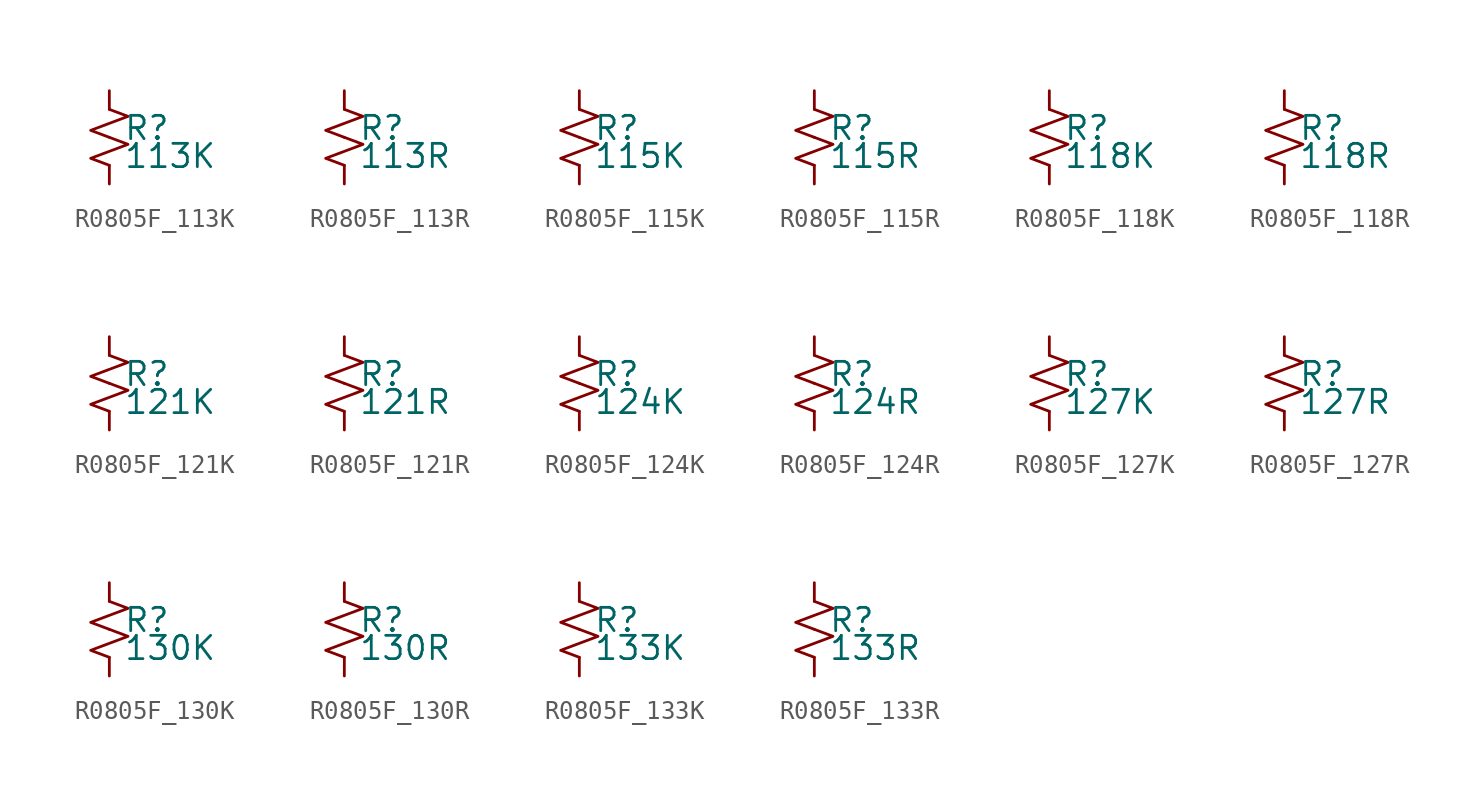
<source format=kicad_sym>
(kicad_symbol_lib
  (version 20220914)
  (generator kicad_symbol_editor)
  (symbol "R0805F_113K"
    (pin_numbers hide)
    (pin_names
      (offset 0.254) hide)
    (property "Reference" "R"
      (at 0.762 0.508 0)
      (effects (font (size 1.27 1.27)) (justify left)))
    (property "Value" "113K"
      (at 0.762 -1.016 0)
      (effects (font (size 1.27 1.27)) (justify left)))
    (symbol "R0805F_113K_1_1"
      (polyline (pts (xy 0 0) (xy 1.016 -0.381) (xy 0 -0.762) (xy -1.016 -1.143) (xy 0 -1.524)) (stroke (width 0) (type default)) (fill (type none)))
      (polyline (pts (xy 0 1.524) (xy 1.016 1.143) (xy 0 0.762) (xy -1.016 0.381) (xy 0 0)) (stroke (width 0) (type default)) (fill (type none)))
      (pin passive line (at 0 2.54 270) (length 1.016) (name "~" (effects (font (size 1.27 1.27)))) (number "1" (effects (font (size 1.27 1.27)))))
      (pin passive line (at 0 -2.54 90) (length 1.016) (name "~" (effects (font (size 1.27 1.27)))) (number "2" (effects (font (size 1.27 1.27)))))))
  (symbol "R0805F_113R"
    (pin_numbers hide)
    (pin_names
      (offset 0.254) hide)
    (property "Reference" "R"
      (at 0.762 0.508 0)
      (effects (font (size 1.27 1.27)) (justify left)))
    (property "Value" "113R"
      (at 0.762 -1.016 0)
      (effects (font (size 1.27 1.27)) (justify left)))
    (symbol "R0805F_113R_1_1"
      (polyline (pts (xy 0 0) (xy 1.016 -0.381) (xy 0 -0.762) (xy -1.016 -1.143) (xy 0 -1.524)) (stroke (width 0) (type default)) (fill (type none)))
      (polyline (pts (xy 0 1.524) (xy 1.016 1.143) (xy 0 0.762) (xy -1.016 0.381) (xy 0 0)) (stroke (width 0) (type default)) (fill (type none)))
      (pin passive line (at 0 2.54 270) (length 1.016) (name "~" (effects (font (size 1.27 1.27)))) (number "1" (effects (font (size 1.27 1.27)))))
      (pin passive line (at 0 -2.54 90) (length 1.016) (name "~" (effects (font (size 1.27 1.27)))) (number "2" (effects (font (size 1.27 1.27)))))))
  (symbol "R0805F_115K"
    (pin_numbers hide)
    (pin_names
      (offset 0.254) hide)
    (property "Reference" "R"
      (at 0.762 0.508 0)
      (effects (font (size 1.27 1.27)) (justify left)))
    (property "Value" "115K"
      (at 0.762 -1.016 0)
      (effects (font (size 1.27 1.27)) (justify left)))
    (symbol "R0805F_115K_1_1"
      (polyline (pts (xy 0 0) (xy 1.016 -0.381) (xy 0 -0.762) (xy -1.016 -1.143) (xy 0 -1.524)) (stroke (width 0) (type default)) (fill (type none)))
      (polyline (pts (xy 0 1.524) (xy 1.016 1.143) (xy 0 0.762) (xy -1.016 0.381) (xy 0 0)) (stroke (width 0) (type default)) (fill (type none)))
      (pin passive line (at 0 2.54 270) (length 1.016) (name "~" (effects (font (size 1.27 1.27)))) (number "1" (effects (font (size 1.27 1.27)))))
      (pin passive line (at 0 -2.54 90) (length 1.016) (name "~" (effects (font (size 1.27 1.27)))) (number "2" (effects (font (size 1.27 1.27)))))))
  (symbol "R0805F_115R"
    (pin_numbers hide)
    (pin_names
      (offset 0.254) hide)
    (property "Reference" "R"
      (at 0.762 0.508 0)
      (effects (font (size 1.27 1.27)) (justify left)))
    (property "Value" "115R"
      (at 0.762 -1.016 0)
      (effects (font (size 1.27 1.27)) (justify left)))
    (symbol "R0805F_115R_1_1"
      (polyline (pts (xy 0 0) (xy 1.016 -0.381) (xy 0 -0.762) (xy -1.016 -1.143) (xy 0 -1.524)) (stroke (width 0) (type default)) (fill (type none)))
      (polyline (pts (xy 0 1.524) (xy 1.016 1.143) (xy 0 0.762) (xy -1.016 0.381) (xy 0 0)) (stroke (width 0) (type default)) (fill (type none)))
      (pin passive line (at 0 2.54 270) (length 1.016) (name "~" (effects (font (size 1.27 1.27)))) (number "1" (effects (font (size 1.27 1.27)))))
      (pin passive line (at 0 -2.54 90) (length 1.016) (name "~" (effects (font (size 1.27 1.27)))) (number "2" (effects (font (size 1.27 1.27)))))))
  (symbol "R0805F_118K"
    (pin_numbers hide)
    (pin_names
      (offset 0.254) hide)
    (property "Reference" "R"
      (at 0.762 0.508 0)
      (effects (font (size 1.27 1.27)) (justify left)))
    (property "Value" "118K"
      (at 0.762 -1.016 0)
      (effects (font (size 1.27 1.27)) (justify left)))
    (symbol "R0805F_118K_1_1"
      (polyline (pts (xy 0 0) (xy 1.016 -0.381) (xy 0 -0.762) (xy -1.016 -1.143) (xy 0 -1.524)) (stroke (width 0) (type default)) (fill (type none)))
      (polyline (pts (xy 0 1.524) (xy 1.016 1.143) (xy 0 0.762) (xy -1.016 0.381) (xy 0 0)) (stroke (width 0) (type default)) (fill (type none)))
      (pin passive line (at 0 2.54 270) (length 1.016) (name "~" (effects (font (size 1.27 1.27)))) (number "1" (effects (font (size 1.27 1.27)))))
      (pin passive line (at 0 -2.54 90) (length 1.016) (name "~" (effects (font (size 1.27 1.27)))) (number "2" (effects (font (size 1.27 1.27)))))))
  (symbol "R0805F_118R"
    (pin_numbers hide)
    (pin_names
      (offset 0.254) hide)
    (property "Reference" "R"
      (at 0.762 0.508 0)
      (effects (font (size 1.27 1.27)) (justify left)))
    (property "Value" "118R"
      (at 0.762 -1.016 0)
      (effects (font (size 1.27 1.27)) (justify left)))
    (symbol "R0805F_118R_1_1"
      (polyline (pts (xy 0 0) (xy 1.016 -0.381) (xy 0 -0.762) (xy -1.016 -1.143) (xy 0 -1.524)) (stroke (width 0) (type default)) (fill (type none)))
      (polyline (pts (xy 0 1.524) (xy 1.016 1.143) (xy 0 0.762) (xy -1.016 0.381) (xy 0 0)) (stroke (width 0) (type default)) (fill (type none)))
      (pin passive line (at 0 2.54 270) (length 1.016) (name "~" (effects (font (size 1.27 1.27)))) (number "1" (effects (font (size 1.27 1.27)))))
      (pin passive line (at 0 -2.54 90) (length 1.016) (name "~" (effects (font (size 1.27 1.27)))) (number "2" (effects (font (size 1.27 1.27)))))))
  (symbol "R0805F_121K"
    (pin_numbers hide)
    (pin_names
      (offset 0.254) hide)
    (property "Reference" "R"
      (at 0.762 0.508 0)
      (effects (font (size 1.27 1.27)) (justify left)))
    (property "Value" "121K"
      (at 0.762 -1.016 0)
      (effects (font (size 1.27 1.27)) (justify left)))
    (symbol "R0805F_121K_1_1"
      (polyline (pts (xy 0 0) (xy 1.016 -0.381) (xy 0 -0.762) (xy -1.016 -1.143) (xy 0 -1.524)) (stroke (width 0) (type default)) (fill (type none)))
      (polyline (pts (xy 0 1.524) (xy 1.016 1.143) (xy 0 0.762) (xy -1.016 0.381) (xy 0 0)) (stroke (width 0) (type default)) (fill (type none)))
      (pin passive line (at 0 2.54 270) (length 1.016) (name "~" (effects (font (size 1.27 1.27)))) (number "1" (effects (font (size 1.27 1.27)))))
      (pin passive line (at 0 -2.54 90) (length 1.016) (name "~" (effects (font (size 1.27 1.27)))) (number "2" (effects (font (size 1.27 1.27)))))))
  (symbol "R0805F_121R"
    (pin_numbers hide)
    (pin_names
      (offset 0.254) hide)
    (property "Reference" "R"
      (at 0.762 0.508 0)
      (effects (font (size 1.27 1.27)) (justify left)))
    (property "Value" "121R"
      (at 0.762 -1.016 0)
      (effects (font (size 1.27 1.27)) (justify left)))
    (symbol "R0805F_121R_1_1"
      (polyline (pts (xy 0 0) (xy 1.016 -0.381) (xy 0 -0.762) (xy -1.016 -1.143) (xy 0 -1.524)) (stroke (width 0) (type default)) (fill (type none)))
      (polyline (pts (xy 0 1.524) (xy 1.016 1.143) (xy 0 0.762) (xy -1.016 0.381) (xy 0 0)) (stroke (width 0) (type default)) (fill (type none)))
      (pin passive line (at 0 2.54 270) (length 1.016) (name "~" (effects (font (size 1.27 1.27)))) (number "1" (effects (font (size 1.27 1.27)))))
      (pin passive line (at 0 -2.54 90) (length 1.016) (name "~" (effects (font (size 1.27 1.27)))) (number "2" (effects (font (size 1.27 1.27)))))))
  (symbol "R0805F_124K"
    (pin_numbers hide)
    (pin_names
      (offset 0.254) hide)
    (property "Reference" "R"
      (at 0.762 0.508 0)
      (effects (font (size 1.27 1.27)) (justify left)))
    (property "Value" "124K"
      (at 0.762 -1.016 0)
      (effects (font (size 1.27 1.27)) (justify left)))
    (symbol "R0805F_124K_1_1"
      (polyline (pts (xy 0 0) (xy 1.016 -0.381) (xy 0 -0.762) (xy -1.016 -1.143) (xy 0 -1.524)) (stroke (width 0) (type default)) (fill (type none)))
      (polyline (pts (xy 0 1.524) (xy 1.016 1.143) (xy 0 0.762) (xy -1.016 0.381) (xy 0 0)) (stroke (width 0) (type default)) (fill (type none)))
      (pin passive line (at 0 2.54 270) (length 1.016) (name "~" (effects (font (size 1.27 1.27)))) (number "1" (effects (font (size 1.27 1.27)))))
      (pin passive line (at 0 -2.54 90) (length 1.016) (name "~" (effects (font (size 1.27 1.27)))) (number "2" (effects (font (size 1.27 1.27)))))))
  (symbol "R0805F_124R"
    (pin_numbers hide)
    (pin_names
      (offset 0.254) hide)
    (property "Reference" "R"
      (at 0.762 0.508 0)
      (effects (font (size 1.27 1.27)) (justify left)))
    (property "Value" "124R"
      (at 0.762 -1.016 0)
      (effects (font (size 1.27 1.27)) (justify left)))
    (symbol "R0805F_124R_1_1"
      (polyline (pts (xy 0 0) (xy 1.016 -0.381) (xy 0 -0.762) (xy -1.016 -1.143) (xy 0 -1.524)) (stroke (width 0) (type default)) (fill (type none)))
      (polyline (pts (xy 0 1.524) (xy 1.016 1.143) (xy 0 0.762) (xy -1.016 0.381) (xy 0 0)) (stroke (width 0) (type default)) (fill (type none)))
      (pin passive line (at 0 2.54 270) (length 1.016) (name "~" (effects (font (size 1.27 1.27)))) (number "1" (effects (font (size 1.27 1.27)))))
      (pin passive line (at 0 -2.54 90) (length 1.016) (name "~" (effects (font (size 1.27 1.27)))) (number "2" (effects (font (size 1.27 1.27)))))))
  (symbol "R0805F_127K"
    (pin_numbers hide)
    (pin_names
      (offset 0.254) hide)
    (property "Reference" "R"
      (at 0.762 0.508 0)
      (effects (font (size 1.27 1.27)) (justify left)))
    (property "Value" "127K"
      (at 0.762 -1.016 0)
      (effects (font (size 1.27 1.27)) (justify left)))
    (symbol "R0805F_127K_1_1"
      (polyline (pts (xy 0 0) (xy 1.016 -0.381) (xy 0 -0.762) (xy -1.016 -1.143) (xy 0 -1.524)) (stroke (width 0) (type default)) (fill (type none)))
      (polyline (pts (xy 0 1.524) (xy 1.016 1.143) (xy 0 0.762) (xy -1.016 0.381) (xy 0 0)) (stroke (width 0) (type default)) (fill (type none)))
      (pin passive line (at 0 2.54 270) (length 1.016) (name "~" (effects (font (size 1.27 1.27)))) (number "1" (effects (font (size 1.27 1.27)))))
      (pin passive line (at 0 -2.54 90) (length 1.016) (name "~" (effects (font (size 1.27 1.27)))) (number "2" (effects (font (size 1.27 1.27)))))))
  (symbol "R0805F_127R"
    (pin_numbers hide)
    (pin_names
      (offset 0.254) hide)
    (property "Reference" "R"
      (at 0.762 0.508 0)
      (effects (font (size 1.27 1.27)) (justify left)))
    (property "Value" "127R"
      (at 0.762 -1.016 0)
      (effects (font (size 1.27 1.27)) (justify left)))
    (symbol "R0805F_127R_1_1"
      (polyline (pts (xy 0 0) (xy 1.016 -0.381) (xy 0 -0.762) (xy -1.016 -1.143) (xy 0 -1.524)) (stroke (width 0) (type default)) (fill (type none)))
      (polyline (pts (xy 0 1.524) (xy 1.016 1.143) (xy 0 0.762) (xy -1.016 0.381) (xy 0 0)) (stroke (width 0) (type default)) (fill (type none)))
      (pin passive line (at 0 2.54 270) (length 1.016) (name "~" (effects (font (size 1.27 1.27)))) (number "1" (effects (font (size 1.27 1.27)))))
      (pin passive line (at 0 -2.54 90) (length 1.016) (name "~" (effects (font (size 1.27 1.27)))) (number "2" (effects (font (size 1.27 1.27)))))))
  (symbol "R0805F_130K"
    (pin_numbers hide)
    (pin_names
      (offset 0.254) hide)
    (property "Reference" "R"
      (at 0.762 0.508 0)
      (effects (font (size 1.27 1.27)) (justify left)))
    (property "Value" "130K"
      (at 0.762 -1.016 0)
      (effects (font (size 1.27 1.27)) (justify left)))
    (symbol "R0805F_130K_1_1"
      (polyline (pts (xy 0 0) (xy 1.016 -0.381) (xy 0 -0.762) (xy -1.016 -1.143) (xy 0 -1.524)) (stroke (width 0) (type default)) (fill (type none)))
      (polyline (pts (xy 0 1.524) (xy 1.016 1.143) (xy 0 0.762) (xy -1.016 0.381) (xy 0 0)) (stroke (width 0) (type default)) (fill (type none)))
      (pin passive line (at 0 2.54 270) (length 1.016) (name "~" (effects (font (size 1.27 1.27)))) (number "1" (effects (font (size 1.27 1.27)))))
      (pin passive line (at 0 -2.54 90) (length 1.016) (name "~" (effects (font (size 1.27 1.27)))) (number "2" (effects (font (size 1.27 1.27)))))))
  (symbol "R0805F_130R"
    (pin_numbers hide)
    (pin_names
      (offset 0.254) hide)
    (property "Reference" "R"
      (at 0.762 0.508 0)
      (effects (font (size 1.27 1.27)) (justify left)))
    (property "Value" "130R"
      (at 0.762 -1.016 0)
      (effects (font (size 1.27 1.27)) (justify left)))
    (symbol "R0805F_130R_1_1"
      (polyline (pts (xy 0 0) (xy 1.016 -0.381) (xy 0 -0.762) (xy -1.016 -1.143) (xy 0 -1.524)) (stroke (width 0) (type default)) (fill (type none)))
      (polyline (pts (xy 0 1.524) (xy 1.016 1.143) (xy 0 0.762) (xy -1.016 0.381) (xy 0 0)) (stroke (width 0) (type default)) (fill (type none)))
      (pin passive line (at 0 2.54 270) (length 1.016) (name "~" (effects (font (size 1.27 1.27)))) (number "1" (effects (font (size 1.27 1.27)))))
      (pin passive line (at 0 -2.54 90) (length 1.016) (name "~" (effects (font (size 1.27 1.27)))) (number "2" (effects (font (size 1.27 1.27)))))))
  (symbol "R0805F_133K"
    (pin_numbers hide)
    (pin_names
      (offset 0.254) hide)
    (property "Reference" "R"
      (at 0.762 0.508 0)
      (effects (font (size 1.27 1.27)) (justify left)))
    (property "Value" "133K"
      (at 0.762 -1.016 0)
      (effects (font (size 1.27 1.27)) (justify left)))
    (symbol "R0805F_133K_1_1"
      (polyline (pts (xy 0 0) (xy 1.016 -0.381) (xy 0 -0.762) (xy -1.016 -1.143) (xy 0 -1.524)) (stroke (width 0) (type default)) (fill (type none)))
      (polyline (pts (xy 0 1.524) (xy 1.016 1.143) (xy 0 0.762) (xy -1.016 0.381) (xy 0 0)) (stroke (width 0) (type default)) (fill (type none)))
      (pin passive line (at 0 2.54 270) (length 1.016) (name "~" (effects (font (size 1.27 1.27)))) (number "1" (effects (font (size 1.27 1.27)))))
      (pin passive line (at 0 -2.54 90) (length 1.016) (name "~" (effects (font (size 1.27 1.27)))) (number "2" (effects (font (size 1.27 1.27)))))))
  (symbol "R0805F_133R"
    (pin_numbers hide)
    (pin_names
      (offset 0.254) hide)
    (property "Reference" "R"
      (at 0.762 0.508 0)
      (effects (font (size 1.27 1.27)) (justify left)))
    (property "Value" "133R"
      (at 0.762 -1.016 0)
      (effects (font (size 1.27 1.27)) (justify left)))
    (symbol "R0805F_133R_1_1"
      (polyline (pts (xy 0 0) (xy 1.016 -0.381) (xy 0 -0.762) (xy -1.016 -1.143) (xy 0 -1.524)) (stroke (width 0) (type default)) (fill (type none)))
      (polyline (pts (xy 0 1.524) (xy 1.016 1.143) (xy 0 0.762) (xy -1.016 0.381) (xy 0 0)) (stroke (width 0) (type default)) (fill (type none)))
      (pin passive line (at 0 2.54 270) (length 1.016) (name "~" (effects (font (size 1.27 1.27)))) (number "1" (effects (font (size 1.27 1.27)))))
      (pin passive line (at 0 -2.54 90) (length 1.016) (name "~" (effects (font (size 1.27 1.27)))) (number "2" (effects (font (size 1.27 1.27))))))))
</source>
